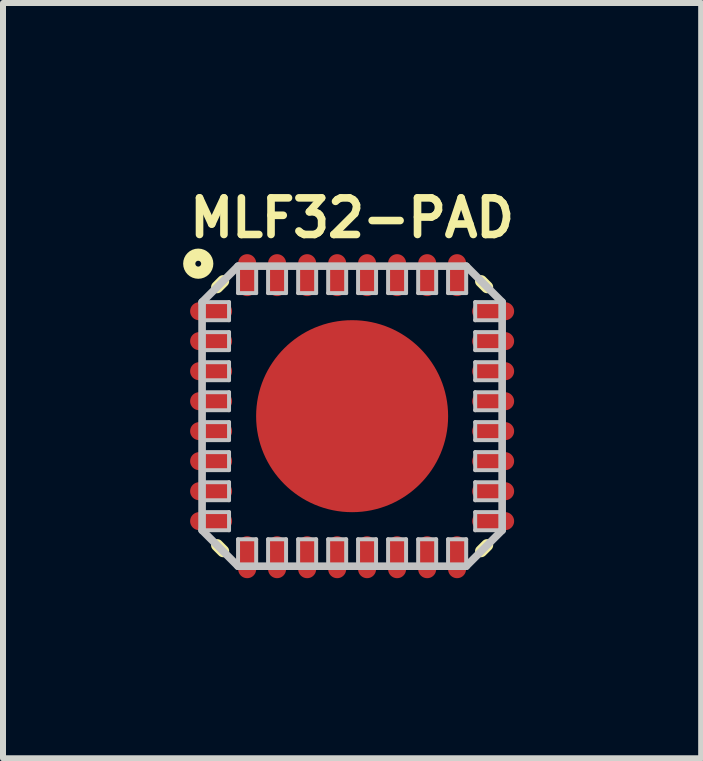
<source format=kicad_pcb>
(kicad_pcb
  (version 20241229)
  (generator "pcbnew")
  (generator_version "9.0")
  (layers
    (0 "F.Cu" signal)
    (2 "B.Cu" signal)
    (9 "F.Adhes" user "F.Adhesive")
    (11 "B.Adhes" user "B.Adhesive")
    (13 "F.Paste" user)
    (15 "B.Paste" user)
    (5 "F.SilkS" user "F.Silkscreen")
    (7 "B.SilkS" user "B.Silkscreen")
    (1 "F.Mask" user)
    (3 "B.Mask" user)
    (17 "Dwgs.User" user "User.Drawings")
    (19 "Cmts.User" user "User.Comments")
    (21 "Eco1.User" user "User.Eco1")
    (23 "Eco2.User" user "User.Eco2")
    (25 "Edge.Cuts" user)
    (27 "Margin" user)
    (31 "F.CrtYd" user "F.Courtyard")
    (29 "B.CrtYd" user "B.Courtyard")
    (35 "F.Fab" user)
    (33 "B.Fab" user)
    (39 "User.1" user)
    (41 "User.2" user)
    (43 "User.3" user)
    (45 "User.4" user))
  (footprint "MLF32-PAD"
    (layer "F.Cu")
    (at 2.815 3.882)
    (property "Reference" "MLF32-PAD" (at 0 -3.302 0) (layer "F.SilkS") (effects (font (size 0.61 0.61) (thickness 0.127))))
    (attr smd)
    (fp_line (start -2.248 -2.149) (end -2.149 -2.248) (stroke (width 0.203) (type solid)) (layer "F.SilkS"))
    (fp_line (start -2.149 2.248) (end -2.248 2.149) (stroke (width 0.203) (type solid)) (layer "F.SilkS"))
    (fp_line (start 2.149 -2.248) (end 2.248 -2.149) (stroke (width 0.203) (type solid)) (layer "F.SilkS"))
    (fp_line (start 2.248 2.149) (end 2.149 2.248) (stroke (width 0.203) (type solid)) (layer "F.SilkS"))
    (fp_circle (center -2.563 -2.54) (end -2.563 -2.69) (stroke (width 0.203) (type solid)) (fill no) (layer "F.SilkS"))
    (fp_line (start -2.499 -1.9) (end -2.05 -1.9) (stroke (width 0.066) (type solid)) (layer "Dwgs.User"))
    (fp_line (start -2.499 -1.9) (end -1.9 -2.499) (stroke (width 0.127) (type solid)) (layer "Dwgs.User"))
    (fp_line (start -2.499 -1.598) (end -2.499 -1.9) (stroke (width 0.066) (type solid)) (layer "Dwgs.User"))
    (fp_line (start -2.499 -1.598) (end -2.05 -1.598) (stroke (width 0.066) (type solid)) (layer "Dwgs.User"))
    (fp_line (start -2.499 -1.4) (end -2.05 -1.4) (stroke (width 0.066) (type solid)) (layer "Dwgs.User"))
    (fp_line (start -2.499 -1.1) (end -2.499 -1.4) (stroke (width 0.066) (type solid)) (layer "Dwgs.User"))
    (fp_line (start -2.499 -1.1) (end -2.05 -1.1) (stroke (width 0.066) (type solid)) (layer "Dwgs.User"))
    (fp_line (start -2.499 -0.899) (end -2.05 -0.899) (stroke (width 0.066) (type solid)) (layer "Dwgs.User"))
    (fp_line (start -2.499 -0.599) (end -2.499 -0.899) (stroke (width 0.066) (type solid)) (layer "Dwgs.User"))
    (fp_line (start -2.499 -0.599) (end -2.05 -0.599) (stroke (width 0.066) (type solid)) (layer "Dwgs.User"))
    (fp_line (start -2.499 -0.399) (end -2.05 -0.399) (stroke (width 0.066) (type solid)) (layer "Dwgs.User"))
    (fp_line (start -2.499 -0.099) (end -2.499 -0.399) (stroke (width 0.066) (type solid)) (layer "Dwgs.User"))
    (fp_line (start -2.499 -0.099) (end -2.05 -0.099) (stroke (width 0.066) (type solid)) (layer "Dwgs.User"))
    (fp_line (start -2.499 0.099) (end -2.05 0.099) (stroke (width 0.066) (type solid)) (layer "Dwgs.User"))
    (fp_line (start -2.499 0.399) (end -2.499 0.099) (stroke (width 0.066) (type solid)) (layer "Dwgs.User"))
    (fp_line (start -2.499 0.399) (end -2.05 0.399) (stroke (width 0.066) (type solid)) (layer "Dwgs.User"))
    (fp_line (start -2.499 0.599) (end -2.05 0.599) (stroke (width 0.066) (type solid)) (layer "Dwgs.User"))
    (fp_line (start -2.499 0.899) (end -2.499 0.599) (stroke (width 0.066) (type solid)) (layer "Dwgs.User"))
    (fp_line (start -2.499 0.899) (end -2.05 0.899) (stroke (width 0.066) (type solid)) (layer "Dwgs.User"))
    (fp_line (start -2.499 1.1) (end -2.05 1.1) (stroke (width 0.066) (type solid)) (layer "Dwgs.User"))
    (fp_line (start -2.499 1.4) (end -2.499 1.1) (stroke (width 0.066) (type solid)) (layer "Dwgs.User"))
    (fp_line (start -2.499 1.4) (end -2.05 1.4) (stroke (width 0.066) (type solid)) (layer "Dwgs.User"))
    (fp_line (start -2.499 1.598) (end -2.05 1.598) (stroke (width 0.066) (type solid)) (layer "Dwgs.User"))
    (fp_line (start -2.499 1.9) (end -2.499 -1.9) (stroke (width 0.127) (type solid)) (layer "Dwgs.User"))
    (fp_line (start -2.499 1.9) (end -2.499 1.598) (stroke (width 0.066) (type solid)) (layer "Dwgs.User"))
    (fp_line (start -2.499 1.9) (end -2.05 1.9) (stroke (width 0.066) (type solid)) (layer "Dwgs.User"))
    (fp_line (start -2.05 -1.598) (end -2.05 -1.9) (stroke (width 0.066) (type solid)) (layer "Dwgs.User"))
    (fp_line (start -2.05 -1.1) (end -2.05 -1.4) (stroke (width 0.066) (type solid)) (layer "Dwgs.User"))
    (fp_line (start -2.05 -0.599) (end -2.05 -0.899) (stroke (width 0.066) (type solid)) (layer "Dwgs.User"))
    (fp_line (start -2.05 -0.099) (end -2.05 -0.399) (stroke (width 0.066) (type solid)) (layer "Dwgs.User"))
    (fp_line (start -2.05 0.399) (end -2.05 0.099) (stroke (width 0.066) (type solid)) (layer "Dwgs.User"))
    (fp_line (start -2.05 0.899) (end -2.05 0.599) (stroke (width 0.066) (type solid)) (layer "Dwgs.User"))
    (fp_line (start -2.05 1.4) (end -2.05 1.1) (stroke (width 0.066) (type solid)) (layer "Dwgs.User"))
    (fp_line (start -2.05 1.9) (end -2.05 1.598) (stroke (width 0.066) (type solid)) (layer "Dwgs.User"))
    (fp_line (start -1.9 -2.499) (end -1.598 -2.499) (stroke (width 0.066) (type solid)) (layer "Dwgs.User"))
    (fp_line (start -1.9 -2.499) (end 1.9 -2.499) (stroke (width 0.127) (type solid)) (layer "Dwgs.User"))
    (fp_line (start -1.9 -2.05) (end -1.9 -2.499) (stroke (width 0.066) (type solid)) (layer "Dwgs.User"))
    (fp_line (start -1.9 -2.05) (end -1.598 -2.05) (stroke (width 0.066) (type solid)) (layer "Dwgs.User"))
    (fp_line (start -1.9 2.05) (end -1.598 2.05) (stroke (width 0.066) (type solid)) (layer "Dwgs.User"))
    (fp_line (start -1.9 2.499) (end -2.499 1.9) (stroke (width 0.127) (type solid)) (layer "Dwgs.User"))
    (fp_line (start -1.9 2.499) (end -1.9 2.05) (stroke (width 0.066) (type solid)) (layer "Dwgs.User"))
    (fp_line (start -1.9 2.499) (end -1.598 2.499) (stroke (width 0.066) (type solid)) (layer "Dwgs.User"))
    (fp_line (start -1.598 -2.05) (end -1.598 -2.499) (stroke (width 0.066) (type solid)) (layer "Dwgs.User"))
    (fp_line (start -1.598 2.499) (end -1.598 2.05) (stroke (width 0.066) (type solid)) (layer "Dwgs.User"))
    (fp_line (start -1.4 -2.499) (end -1.1 -2.499) (stroke (width 0.066) (type solid)) (layer "Dwgs.User"))
    (fp_line (start -1.4 -2.05) (end -1.4 -2.499) (stroke (width 0.066) (type solid)) (layer "Dwgs.User"))
    (fp_line (start -1.4 -2.05) (end -1.1 -2.05) (stroke (width 0.066) (type solid)) (layer "Dwgs.User"))
    (fp_line (start -1.4 2.05) (end -1.1 2.05) (stroke (width 0.066) (type solid)) (layer "Dwgs.User"))
    (fp_line (start -1.4 2.499) (end -1.4 2.05) (stroke (width 0.066) (type solid)) (layer "Dwgs.User"))
    (fp_line (start -1.4 2.499) (end -1.1 2.499) (stroke (width 0.066) (type solid)) (layer "Dwgs.User"))
    (fp_line (start -1.1 -2.05) (end -1.1 -2.499) (stroke (width 0.066) (type solid)) (layer "Dwgs.User"))
    (fp_line (start -1.1 2.499) (end -1.1 2.05) (stroke (width 0.066) (type solid)) (layer "Dwgs.User"))
    (fp_line (start -0.899 -2.499) (end -0.599 -2.499) (stroke (width 0.066) (type solid)) (layer "Dwgs.User"))
    (fp_line (start -0.899 -2.05) (end -0.899 -2.499) (stroke (width 0.066) (type solid)) (layer "Dwgs.User"))
    (fp_line (start -0.899 -2.05) (end -0.599 -2.05) (stroke (width 0.066) (type solid)) (layer "Dwgs.User"))
    (fp_line (start -0.899 2.05) (end -0.599 2.05) (stroke (width 0.066) (type solid)) (layer "Dwgs.User"))
    (fp_line (start -0.899 2.499) (end -0.899 2.05) (stroke (width 0.066) (type solid)) (layer "Dwgs.User"))
    (fp_line (start -0.899 2.499) (end -0.599 2.499) (stroke (width 0.066) (type solid)) (layer "Dwgs.User"))
    (fp_line (start -0.599 -2.05) (end -0.599 -2.499) (stroke (width 0.066) (type solid)) (layer "Dwgs.User"))
    (fp_line (start -0.599 2.499) (end -0.599 2.05) (stroke (width 0.066) (type solid)) (layer "Dwgs.User"))
    (fp_line (start -0.399 -2.499) (end -0.099 -2.499) (stroke (width 0.066) (type solid)) (layer "Dwgs.User"))
    (fp_line (start -0.399 -2.05) (end -0.399 -2.499) (stroke (width 0.066) (type solid)) (layer "Dwgs.User"))
    (fp_line (start -0.399 -2.05) (end -0.099 -2.05) (stroke (width 0.066) (type solid)) (layer "Dwgs.User"))
    (fp_line (start -0.399 2.05) (end -0.099 2.05) (stroke (width 0.066) (type solid)) (layer "Dwgs.User"))
    (fp_line (start -0.399 2.499) (end -0.399 2.05) (stroke (width 0.066) (type solid)) (layer "Dwgs.User"))
    (fp_line (start -0.399 2.499) (end -0.099 2.499) (stroke (width 0.066) (type solid)) (layer "Dwgs.User"))
    (fp_line (start -0.099 -2.05) (end -0.099 -2.499) (stroke (width 0.066) (type solid)) (layer "Dwgs.User"))
    (fp_line (start -0.099 2.499) (end -0.099 2.05) (stroke (width 0.066) (type solid)) (layer "Dwgs.User"))
    (fp_line (start 0.099 -2.499) (end 0.399 -2.499) (stroke (width 0.066) (type solid)) (layer "Dwgs.User"))
    (fp_line (start 0.099 -2.05) (end 0.099 -2.499) (stroke (width 0.066) (type solid)) (layer "Dwgs.User"))
    (fp_line (start 0.099 -2.05) (end 0.399 -2.05) (stroke (width 0.066) (type solid)) (layer "Dwgs.User"))
    (fp_line (start 0.099 2.05) (end 0.399 2.05) (stroke (width 0.066) (type solid)) (layer "Dwgs.User"))
    (fp_line (start 0.099 2.499) (end 0.099 2.05) (stroke (width 0.066) (type solid)) (layer "Dwgs.User"))
    (fp_line (start 0.099 2.499) (end 0.399 2.499) (stroke (width 0.066) (type solid)) (layer "Dwgs.User"))
    (fp_line (start 0.399 -2.05) (end 0.399 -2.499) (stroke (width 0.066) (type solid)) (layer "Dwgs.User"))
    (fp_line (start 0.399 2.499) (end 0.399 2.05) (stroke (width 0.066) (type solid)) (layer "Dwgs.User"))
    (fp_line (start 0.599 -2.499) (end 0.899 -2.499) (stroke (width 0.066) (type solid)) (layer "Dwgs.User"))
    (fp_line (start 0.599 -2.05) (end 0.599 -2.499) (stroke (width 0.066) (type solid)) (layer "Dwgs.User"))
    (fp_line (start 0.599 -2.05) (end 0.899 -2.05) (stroke (width 0.066) (type solid)) (layer "Dwgs.User"))
    (fp_line (start 0.599 2.05) (end 0.899 2.05) (stroke (width 0.066) (type solid)) (layer "Dwgs.User"))
    (fp_line (start 0.599 2.499) (end 0.599 2.05) (stroke (width 0.066) (type solid)) (layer "Dwgs.User"))
    (fp_line (start 0.599 2.499) (end 0.899 2.499) (stroke (width 0.066) (type solid)) (layer "Dwgs.User"))
    (fp_line (start 0.899 -2.05) (end 0.899 -2.499) (stroke (width 0.066) (type solid)) (layer "Dwgs.User"))
    (fp_line (start 0.899 2.499) (end 0.899 2.05) (stroke (width 0.066) (type solid)) (layer "Dwgs.User"))
    (fp_line (start 1.1 -2.499) (end 1.4 -2.499) (stroke (width 0.066) (type solid)) (layer "Dwgs.User"))
    (fp_line (start 1.1 -2.05) (end 1.1 -2.499) (stroke (width 0.066) (type solid)) (layer "Dwgs.User"))
    (fp_line (start 1.1 -2.05) (end 1.4 -2.05) (stroke (width 0.066) (type solid)) (layer "Dwgs.User"))
    (fp_line (start 1.1 2.05) (end 1.4 2.05) (stroke (width 0.066) (type solid)) (layer "Dwgs.User"))
    (fp_line (start 1.1 2.499) (end 1.1 2.05) (stroke (width 0.066) (type solid)) (layer "Dwgs.User"))
    (fp_line (start 1.1 2.499) (end 1.4 2.499) (stroke (width 0.066) (type solid)) (layer "Dwgs.User"))
    (fp_line (start 1.4 -2.05) (end 1.4 -2.499) (stroke (width 0.066) (type solid)) (layer "Dwgs.User"))
    (fp_line (start 1.4 2.499) (end 1.4 2.05) (stroke (width 0.066) (type solid)) (layer "Dwgs.User"))
    (fp_line (start 1.598 -2.499) (end 1.9 -2.499) (stroke (width 0.066) (type solid)) (layer "Dwgs.User"))
    (fp_line (start 1.598 -2.05) (end 1.598 -2.499) (stroke (width 0.066) (type solid)) (layer "Dwgs.User"))
    (fp_line (start 1.598 -2.05) (end 1.9 -2.05) (stroke (width 0.066) (type solid)) (layer "Dwgs.User"))
    (fp_line (start 1.598 2.05) (end 1.9 2.05) (stroke (width 0.066) (type solid)) (layer "Dwgs.User"))
    (fp_line (start 1.598 2.499) (end 1.598 2.05) (stroke (width 0.066) (type solid)) (layer "Dwgs.User"))
    (fp_line (start 1.598 2.499) (end 1.9 2.499) (stroke (width 0.066) (type solid)) (layer "Dwgs.User"))
    (fp_line (start 1.9 -2.499) (end 2.499 -1.9) (stroke (width 0.127) (type solid)) (layer "Dwgs.User"))
    (fp_line (start 1.9 -2.05) (end 1.9 -2.499) (stroke (width 0.066) (type solid)) (layer "Dwgs.User"))
    (fp_line (start 1.9 2.499) (end -1.9 2.499) (stroke (width 0.127) (type solid)) (layer "Dwgs.User"))
    (fp_line (start 1.9 2.499) (end 1.9 2.05) (stroke (width 0.066) (type solid)) (layer "Dwgs.User"))
    (fp_line (start 2.05 -1.9) (end 2.499 -1.9) (stroke (width 0.066) (type solid)) (layer "Dwgs.User"))
    (fp_line (start 2.05 -1.598) (end 2.05 -1.9) (stroke (width 0.066) (type solid)) (layer "Dwgs.User"))
    (fp_line (start 2.05 -1.598) (end 2.499 -1.598) (stroke (width 0.066) (type solid)) (layer "Dwgs.User"))
    (fp_line (start 2.05 -1.4) (end 2.499 -1.4) (stroke (width 0.066) (type solid)) (layer "Dwgs.User"))
    (fp_line (start 2.05 -1.1) (end 2.05 -1.4) (stroke (width 0.066) (type solid)) (layer "Dwgs.User"))
    (fp_line (start 2.05 -1.1) (end 2.499 -1.1) (stroke (width 0.066) (type solid)) (layer "Dwgs.User"))
    (fp_line (start 2.05 -0.899) (end 2.499 -0.899) (stroke (width 0.066) (type solid)) (layer "Dwgs.User"))
    (fp_line (start 2.05 -0.599) (end 2.05 -0.899) (stroke (width 0.066) (type solid)) (layer "Dwgs.User"))
    (fp_line (start 2.05 -0.599) (end 2.499 -0.599) (stroke (width 0.066) (type solid)) (layer "Dwgs.User"))
    (fp_line (start 2.05 -0.399) (end 2.499 -0.399) (stroke (width 0.066) (type solid)) (layer "Dwgs.User"))
    (fp_line (start 2.05 -0.099) (end 2.05 -0.399) (stroke (width 0.066) (type solid)) (layer "Dwgs.User"))
    (fp_line (start 2.05 -0.099) (end 2.499 -0.099) (stroke (width 0.066) (type solid)) (layer "Dwgs.User"))
    (fp_line (start 2.05 0.099) (end 2.499 0.099) (stroke (width 0.066) (type solid)) (layer "Dwgs.User"))
    (fp_line (start 2.05 0.399) (end 2.05 0.099) (stroke (width 0.066) (type solid)) (layer "Dwgs.User"))
    (fp_line (start 2.05 0.399) (end 2.499 0.399) (stroke (width 0.066) (type solid)) (layer "Dwgs.User"))
    (fp_line (start 2.05 0.599) (end 2.499 0.599) (stroke (width 0.066) (type solid)) (layer "Dwgs.User"))
    (fp_line (start 2.05 0.899) (end 2.05 0.599) (stroke (width 0.066) (type solid)) (layer "Dwgs.User"))
    (fp_line (start 2.05 0.899) (end 2.499 0.899) (stroke (width 0.066) (type solid)) (layer "Dwgs.User"))
    (fp_line (start 2.05 1.1) (end 2.499 1.1) (stroke (width 0.066) (type solid)) (layer "Dwgs.User"))
    (fp_line (start 2.05 1.4) (end 2.05 1.1) (stroke (width 0.066) (type solid)) (layer "Dwgs.User"))
    (fp_line (start 2.05 1.4) (end 2.499 1.4) (stroke (width 0.066) (type solid)) (layer "Dwgs.User"))
    (fp_line (start 2.05 1.598) (end 2.499 1.598) (stroke (width 0.066) (type solid)) (layer "Dwgs.User"))
    (fp_line (start 2.05 1.9) (end 2.05 1.598) (stroke (width 0.066) (type solid)) (layer "Dwgs.User"))
    (fp_line (start 2.05 1.9) (end 2.499 1.9) (stroke (width 0.066) (type solid)) (layer "Dwgs.User"))
    (fp_line (start 2.499 -1.9) (end 2.499 1.9) (stroke (width 0.127) (type solid)) (layer "Dwgs.User"))
    (fp_line (start 2.499 -1.598) (end 2.499 -1.9) (stroke (width 0.066) (type solid)) (layer "Dwgs.User"))
    (fp_line (start 2.499 -1.1) (end 2.499 -1.4) (stroke (width 0.066) (type solid)) (layer "Dwgs.User"))
    (fp_line (start 2.499 -0.599) (end 2.499 -0.899) (stroke (width 0.066) (type solid)) (layer "Dwgs.User"))
    (fp_line (start 2.499 -0.099) (end 2.499 -0.399) (stroke (width 0.066) (type solid)) (layer "Dwgs.User"))
    (fp_line (start 2.499 0.399) (end 2.499 0.099) (stroke (width 0.066) (type solid)) (layer "Dwgs.User"))
    (fp_line (start 2.499 0.899) (end 2.499 0.599) (stroke (width 0.066) (type solid)) (layer "Dwgs.User"))
    (fp_line (start 2.499 1.4) (end 2.499 1.1) (stroke (width 0.066) (type solid)) (layer "Dwgs.User"))
    (fp_line (start 2.499 1.9) (end 1.9 2.499) (stroke (width 0.127) (type solid)) (layer "Dwgs.User"))
    (fp_line (start 2.499 1.9) (end 2.499 1.598) (stroke (width 0.066) (type solid)) (layer "Dwgs.User"))
    (pad "1" smd oval (at -2.349 -1.748) (size 0.699 0.3) (layers "F.Cu" "F.Mask" "F.Paste"))
    (pad "2" smd oval (at -2.349 -1.25) (size 0.699 0.3) (layers "F.Cu" "F.Mask" "F.Paste"))
    (pad "3" smd oval (at -2.349 -0.749) (size 0.699 0.3) (layers "F.Cu" "F.Mask" "F.Paste"))
    (pad "4" smd oval (at -2.349 -0.249) (size 0.699 0.3) (layers "F.Cu" "F.Mask" "F.Paste"))
    (pad "5" smd oval (at -2.349 0.249) (size 0.699 0.3) (layers "F.Cu" "F.Mask" "F.Paste"))
    (pad "6" smd oval (at -2.349 0.749) (size 0.699 0.3) (layers "F.Cu" "F.Mask" "F.Paste"))
    (pad "7" smd oval (at -2.349 1.25) (size 0.699 0.3) (layers "F.Cu" "F.Mask" "F.Paste"))
    (pad "8" smd oval (at -2.349 1.748) (size 0.699 0.3) (layers "F.Cu" "F.Mask" "F.Paste"))
    (pad "9" smd oval (at -1.748 2.349) (size 0.3 0.699) (layers "F.Cu" "F.Mask" "F.Paste"))
    (pad "10" smd oval (at -1.25 2.349) (size 0.3 0.699) (layers "F.Cu" "F.Mask" "F.Paste"))
    (pad "11" smd oval (at -0.749 2.349) (size 0.3 0.699) (layers "F.Cu" "F.Mask" "F.Paste"))
    (pad "12" smd oval (at -0.249 2.349) (size 0.3 0.699) (layers "F.Cu" "F.Mask" "F.Paste"))
    (pad "13" smd oval (at 0.249 2.349) (size 0.3 0.699) (layers "F.Cu" "F.Mask" "F.Paste"))
    (pad "14" smd oval (at 0.749 2.349) (size 0.3 0.699) (layers "F.Cu" "F.Mask" "F.Paste"))
    (pad "15" smd oval (at 1.25 2.349) (size 0.3 0.699) (layers "F.Cu" "F.Mask" "F.Paste"))
    (pad "16" smd oval (at 1.748 2.349) (size 0.3 0.699) (layers "F.Cu" "F.Mask" "F.Paste"))
    (pad "17" smd oval (at 2.349 1.748) (size 0.699 0.3) (layers "F.Cu" "F.Mask" "F.Paste"))
    (pad "18" smd oval (at 2.349 1.25) (size 0.699 0.3) (layers "F.Cu" "F.Mask" "F.Paste"))
    (pad "19" smd oval (at 2.349 0.749) (size 0.699 0.3) (layers "F.Cu" "F.Mask" "F.Paste"))
    (pad "20" smd oval (at 2.349 0.249) (size 0.699 0.3) (layers "F.Cu" "F.Mask" "F.Paste"))
    (pad "21" smd oval (at 2.349 -0.249) (size 0.699 0.3) (layers "F.Cu" "F.Mask" "F.Paste"))
    (pad "22" smd oval (at 2.349 -0.749) (size 0.699 0.3) (layers "F.Cu" "F.Mask" "F.Paste"))
    (pad "23" smd oval (at 2.349 -1.25) (size 0.699 0.3) (layers "F.Cu" "F.Mask" "F.Paste"))
    (pad "24" smd oval (at 2.349 -1.748) (size 0.699 0.3) (layers "F.Cu" "F.Mask" "F.Paste"))
    (pad "25" smd oval (at 1.748 -2.349) (size 0.3 0.699) (layers "F.Cu" "F.Mask" "F.Paste"))
    (pad "26" smd oval (at 1.25 -2.349) (size 0.3 0.699) (layers "F.Cu" "F.Mask" "F.Paste"))
    (pad "27" smd oval (at 0.749 -2.349) (size 0.3 0.699) (layers "F.Cu" "F.Mask" "F.Paste"))
    (pad "28" smd oval (at 0.249 -2.349) (size 0.3 0.699) (layers "F.Cu" "F.Mask" "F.Paste"))
    (pad "29" smd oval (at -0.249 -2.349) (size 0.3 0.699) (layers "F.Cu" "F.Mask" "F.Paste"))
    (pad "30" smd oval (at -0.749 -2.349) (size 0.3 0.699) (layers "F.Cu" "F.Mask" "F.Paste"))
    (pad "31" smd oval (at -1.25 -2.349) (size 0.3 0.699) (layers "F.Cu" "F.Mask" "F.Paste"))
    (pad "32" smd oval (at -1.748 -2.349) (size 0.3 0.699) (layers "F.Cu" "F.Mask" "F.Paste"))
    (pad "PAD" smd oval (at 0 0) (size 3.198 3.198) (layers "F.Cu" "F.Mask" "F.Paste")))
  (gr_rect
    (start -3 -3)
    (end 8.629 9.58)
    (stroke (width 0.1) (type default))
    (fill no)
    (layer "Edge.Cuts")))
</source>
